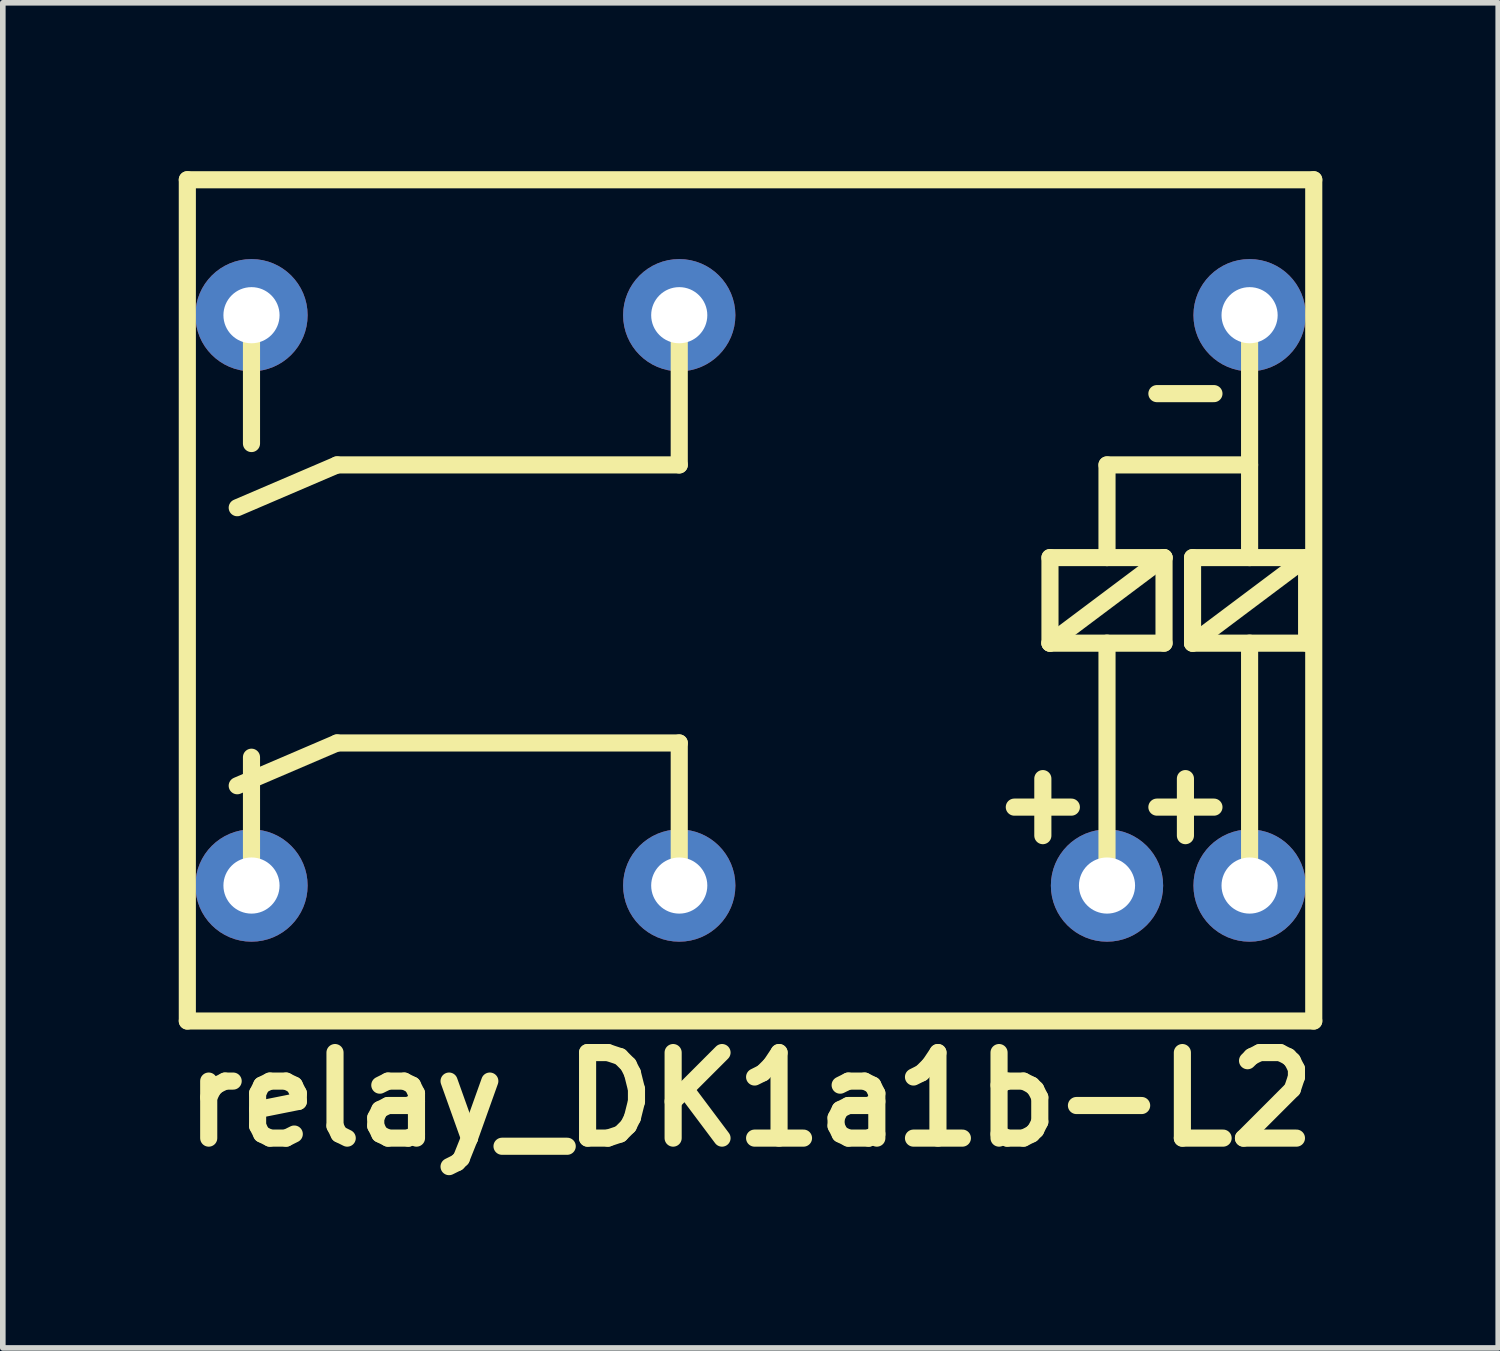
<source format=kicad_pcb>
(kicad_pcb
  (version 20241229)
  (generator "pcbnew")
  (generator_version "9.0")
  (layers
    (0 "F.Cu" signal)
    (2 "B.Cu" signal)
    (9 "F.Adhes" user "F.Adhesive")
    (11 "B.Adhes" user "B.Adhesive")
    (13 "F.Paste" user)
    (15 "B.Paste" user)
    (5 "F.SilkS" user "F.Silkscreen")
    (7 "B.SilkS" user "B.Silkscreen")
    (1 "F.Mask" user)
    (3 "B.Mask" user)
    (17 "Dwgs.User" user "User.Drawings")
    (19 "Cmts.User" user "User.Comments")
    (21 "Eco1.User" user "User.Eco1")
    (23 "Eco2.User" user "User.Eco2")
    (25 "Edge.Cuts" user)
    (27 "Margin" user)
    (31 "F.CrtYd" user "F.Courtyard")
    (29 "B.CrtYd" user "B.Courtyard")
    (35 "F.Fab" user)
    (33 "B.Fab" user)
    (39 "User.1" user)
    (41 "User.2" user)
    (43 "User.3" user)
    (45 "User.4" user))
  (footprint "relay_DK1a1b-L2"
    (layer "F.Cu")
    (at 10.32 7.645)
    (property "Reference" "relay_DK1a1b-L2" (at 0 8.89 0) (layer "F.SilkS") (effects (font (size 1.524 1.524) (thickness 0.305))))
    (attr through_hole)
    (fp_line (start -10.033 -7.493) (end -10.033 7.493) (stroke (width 0.305) (type solid)) (layer "F.SilkS"))
    (fp_line (start -10.033 7.493) (end 10.033 7.493) (stroke (width 0.305) (type solid)) (layer "F.SilkS"))
    (fp_line (start -8.89 -5.08) (end -8.89 -2.794) (stroke (width 0.305) (type solid)) (layer "F.SilkS"))
    (fp_line (start -8.89 2.794) (end -8.89 5.08) (stroke (width 0.305) (type solid)) (layer "F.SilkS"))
    (fp_line (start -7.366 -2.413) (end -9.144 -1.651) (stroke (width 0.305) (type solid)) (layer "F.SilkS"))
    (fp_line (start -7.366 2.54) (end -9.144 3.302) (stroke (width 0.305) (type solid)) (layer "F.SilkS"))
    (fp_line (start -1.27 -4.953) (end -1.27 -2.413) (stroke (width 0.305) (type solid)) (layer "F.SilkS"))
    (fp_line (start -1.27 -2.413) (end -7.366 -2.413) (stroke (width 0.305) (type solid)) (layer "F.SilkS"))
    (fp_line (start -1.27 2.54) (end -7.366 2.54) (stroke (width 0.305) (type solid)) (layer "F.SilkS"))
    (fp_line (start -1.27 2.54) (end -1.27 5.08) (stroke (width 0.305) (type solid)) (layer "F.SilkS"))
    (fp_line (start 4.699 3.683) (end 5.715 3.683) (stroke (width 0.305) (type solid)) (layer "F.SilkS"))
    (fp_line (start 5.207 3.175) (end 5.207 4.191) (stroke (width 0.305) (type solid)) (layer "F.SilkS"))
    (fp_line (start 5.334 -0.762) (end 7.366 -0.762) (stroke (width 0.305) (type solid)) (layer "F.SilkS"))
    (fp_line (start 5.334 0.762) (end 5.334 -0.762) (stroke (width 0.305) (type solid)) (layer "F.SilkS"))
    (fp_line (start 6.35 -2.413) (end 8.89 -2.413) (stroke (width 0.305) (type solid)) (layer "F.SilkS"))
    (fp_line (start 6.35 -0.762) (end 6.35 -2.413) (stroke (width 0.305) (type solid)) (layer "F.SilkS"))
    (fp_line (start 6.35 5.08) (end 6.35 0.762) (stroke (width 0.305) (type solid)) (layer "F.SilkS"))
    (fp_line (start 7.239 -3.683) (end 8.255 -3.683) (stroke (width 0.305) (type solid)) (layer "F.SilkS"))
    (fp_line (start 7.239 3.683) (end 8.255 3.683) (stroke (width 0.305) (type solid)) (layer "F.SilkS"))
    (fp_line (start 7.366 -0.762) (end 5.334 0.762) (stroke (width 0.305) (type solid)) (layer "F.SilkS"))
    (fp_line (start 7.366 -0.762) (end 7.366 0.762) (stroke (width 0.305) (type solid)) (layer "F.SilkS"))
    (fp_line (start 7.366 0.762) (end 5.334 0.762) (stroke (width 0.305) (type solid)) (layer "F.SilkS"))
    (fp_line (start 7.747 3.175) (end 7.747 4.191) (stroke (width 0.305) (type solid)) (layer "F.SilkS"))
    (fp_line (start 7.874 -0.762) (end 9.906 -0.762) (stroke (width 0.305) (type solid)) (layer "F.SilkS"))
    (fp_line (start 7.874 0.762) (end 7.874 -0.762) (stroke (width 0.305) (type solid)) (layer "F.SilkS"))
    (fp_line (start 8.89 -0.762) (end 8.89 -5.08) (stroke (width 0.305) (type solid)) (layer "F.SilkS"))
    (fp_line (start 8.89 5.08) (end 8.89 0.762) (stroke (width 0.305) (type solid)) (layer "F.SilkS"))
    (fp_line (start 9.906 -0.762) (end 7.874 0.762) (stroke (width 0.305) (type solid)) (layer "F.SilkS"))
    (fp_line (start 9.906 -0.762) (end 9.906 0.762) (stroke (width 0.305) (type solid)) (layer "F.SilkS"))
    (fp_line (start 9.906 0.762) (end 7.874 0.762) (stroke (width 0.305) (type solid)) (layer "F.SilkS"))
    (fp_line (start 10.033 -7.493) (end -10.033 -7.493) (stroke (width 0.305) (type solid)) (layer "F.SilkS"))
    (fp_line (start 10.033 7.493) (end 10.033 -7.493) (stroke (width 0.305) (type solid)) (layer "F.SilkS"))
    (pad "1" thru_hole circle (at 8.89 -5.08 180) (size 2 2) (drill 1) (layers "*.Cu" "*.Mask"))
    (pad "3" thru_hole circle (at -1.27 -5.08 180) (size 2 2) (drill 1) (layers "*.Cu" "*.Mask"))
    (pad "4" thru_hole circle (at -8.89 -5.08 180) (size 2 2) (drill 1) (layers "*.Cu" "*.Mask"))
    (pad "5" thru_hole circle (at -8.89 5.08 180) (size 2 2) (drill 1) (layers "*.Cu" "*.Mask"))
    (pad "6" thru_hole circle (at -1.27 5.08 180) (size 2 2) (drill 1) (layers "*.Cu" "*.Mask"))
    (pad "7" thru_hole circle (at 6.35 5.08 180) (size 2 2) (drill 1) (layers "*.Cu" "*.Mask"))
    (pad "8" thru_hole circle (at 8.89 5.08 180) (size 2 2) (drill 1) (layers "*.Cu" "*.Mask")))
  (gr_rect
    (start -3 -3)
    (end 23.639 20.962)
    (stroke (width 0.1) (type default))
    (fill no)
    (layer "Edge.Cuts")))
</source>
